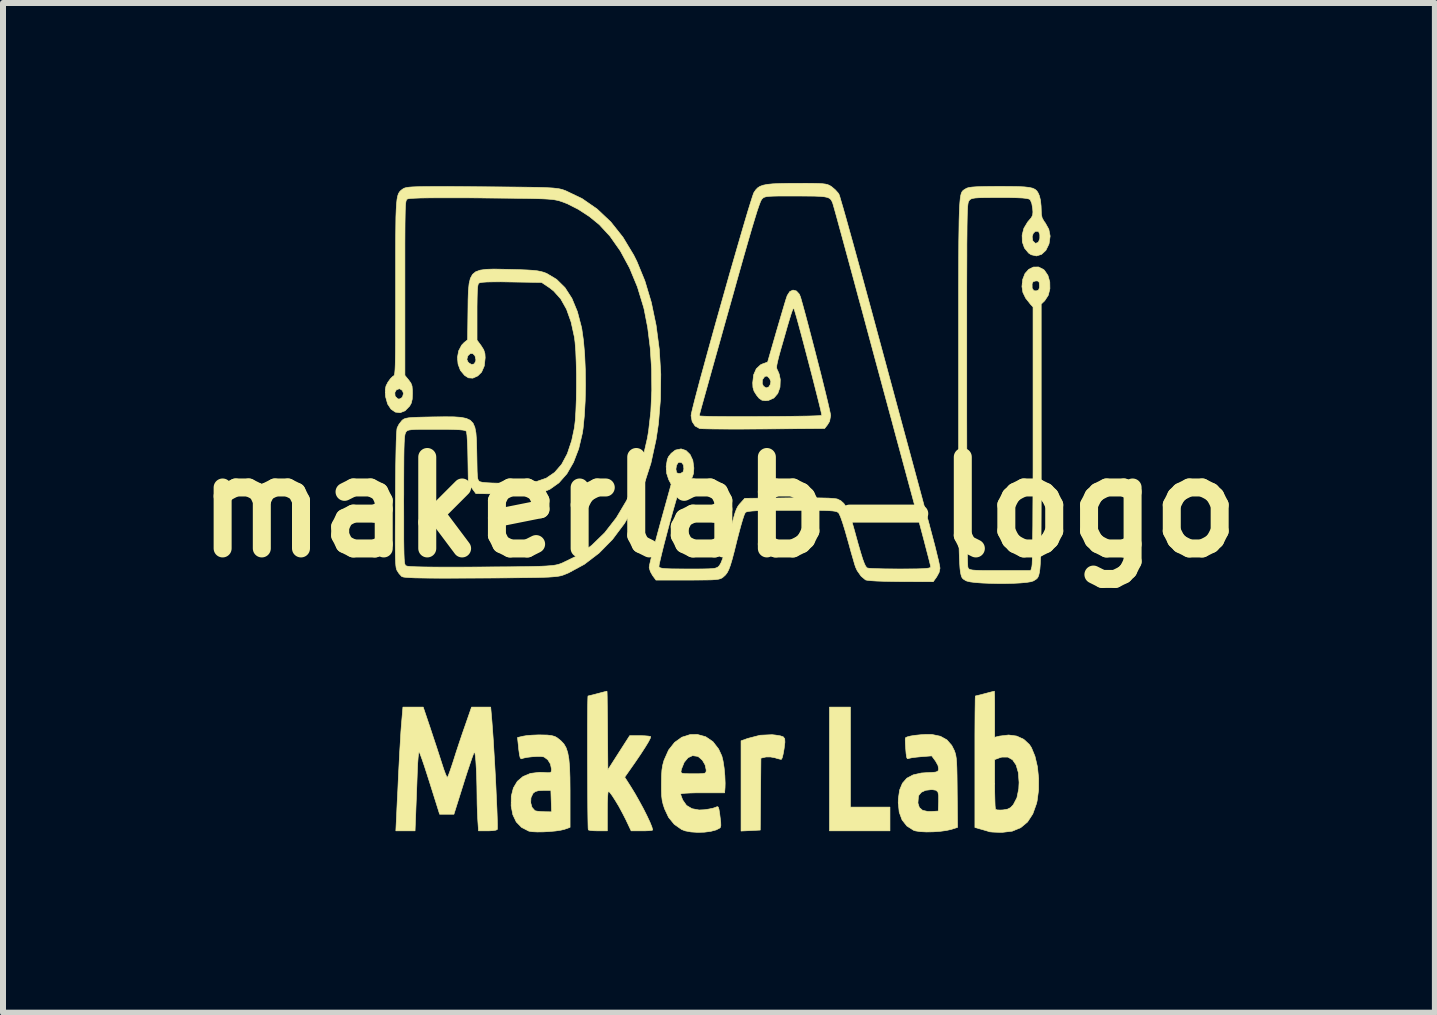
<source format=kicad_pcb>
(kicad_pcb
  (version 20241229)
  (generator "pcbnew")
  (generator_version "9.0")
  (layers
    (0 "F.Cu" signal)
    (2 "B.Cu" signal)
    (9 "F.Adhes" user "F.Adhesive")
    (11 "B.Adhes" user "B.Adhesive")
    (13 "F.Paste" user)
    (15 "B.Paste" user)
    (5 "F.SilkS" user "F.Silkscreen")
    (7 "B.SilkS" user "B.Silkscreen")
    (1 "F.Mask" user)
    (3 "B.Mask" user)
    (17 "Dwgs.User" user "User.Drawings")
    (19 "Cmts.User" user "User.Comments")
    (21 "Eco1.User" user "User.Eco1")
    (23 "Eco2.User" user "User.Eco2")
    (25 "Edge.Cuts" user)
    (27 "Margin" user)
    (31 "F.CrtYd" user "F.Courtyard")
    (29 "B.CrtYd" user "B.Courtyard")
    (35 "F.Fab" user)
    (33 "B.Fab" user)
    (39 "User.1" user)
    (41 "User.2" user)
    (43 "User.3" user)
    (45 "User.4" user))
  (footprint "makerlab-logo"
    (layer "F.Cu")
    (at 8.934 5.402)
    (property "Reference" "makerlab-logo" (at 0 0 0) (layer "F.SilkS") (effects (font (size 1.524 1.524) (thickness 0.3))))
    (attr through_hole)
    (fp_poly (pts (xy 2.191 5.001) (xy 2.85 5.001) (xy 2.85 5.397) (xy 1.842 5.397) (xy 1.842 3.334) (xy 2.191 3.334) (xy 2.191 5.001)) (stroke (width 0.01) (type solid)) (fill yes) (layer "F.SilkS"))
    (fp_poly (pts (xy 0.94 3.8) (xy 1.022 3.813) (xy 1.072 3.83) (xy 1.096 3.862) (xy 1.099 3.919) (xy 1.088 4.009) (xy 1.085 4.032) (xy 1.069 4.12) (xy 1.053 4.182) (xy 1.039 4.206) (xy 1.039 4.206) (xy 1.008 4.2) (xy 0.956 4.186) (xy 0.931 4.178) (xy 0.859 4.165) (xy 0.787 4.165) (xy 0.772 4.168) (xy 0.699 4.185) (xy 0.688 5.384) (xy 0.368 5.4) (xy 0.368 3.896) (xy 0.48 3.856) (xy 0.685 3.803) (xy 0.885 3.794) (xy 0.94 3.8)) (stroke (width 0.01) (type solid)) (fill yes) (layer "F.SilkS"))
    (fp_poly (pts (xy 4.592 3.094) (xy 4.594 3.163) (xy 4.595 3.265) (xy 4.595 3.393) (xy 4.595 3.453) (xy 4.595 3.837) (xy 4.678 3.817) (xy 4.827 3.799) (xy 4.963 3.817) (xy 5.08 3.871) (xy 5.174 3.958) (xy 5.208 4.01) (xy 5.267 4.153) (xy 5.308 4.328) (xy 5.328 4.521) (xy 5.327 4.715) (xy 5.303 4.897) (xy 5.293 4.941) (xy 5.231 5.114) (xy 5.143 5.249) (xy 5.029 5.344) (xy 4.889 5.402) (xy 4.722 5.422) (xy 4.706 5.422) (xy 4.625 5.42) (xy 4.559 5.417) (xy 4.517 5.413) (xy 4.508 5.412) (xy 4.48 5.402) (xy 4.426 5.386) (xy 4.377 5.372) (xy 4.266 5.341) (xy 4.266 4.245) (xy 4.266 4.209) (xy 4.595 4.209) (xy 4.595 4.614) (xy 4.596 4.755) (xy 4.599 4.878) (xy 4.602 4.972) (xy 4.607 5.028) (xy 4.61 5.038) (xy 4.636 5.048) (xy 4.687 5.05) (xy 4.736 5.048) (xy 4.81 5.035) (xy 4.861 5.009) (xy 4.906 4.961) (xy 4.906 4.961) (xy 4.966 4.846) (xy 4.997 4.695) (xy 5.002 4.59) (xy 4.99 4.426) (xy 4.953 4.299) (xy 4.893 4.212) (xy 4.814 4.167) (xy 4.716 4.167) (xy 4.676 4.179) (xy 4.595 4.209) (xy 4.266 4.209) (xy 4.266 4.01) (xy 4.266 3.792) (xy 4.267 3.597) (xy 4.268 3.43) (xy 4.27 3.297) (xy 4.271 3.203) (xy 4.273 3.154) (xy 4.274 3.149) (xy 4.295 3.144) (xy 4.345 3.132) (xy 4.414 3.114) (xy 4.434 3.109) (xy 4.505 3.09) (xy 4.56 3.076) (xy 4.588 3.07) (xy 4.59 3.069) (xy 4.592 3.094)) (stroke (width 0.01) (type solid)) (fill yes) (layer "F.SilkS"))
    (fp_poly (pts (xy -1.865 3.094) (xy -1.863 3.166) (xy -1.862 3.275) (xy -1.86 3.417) (xy -1.858 3.582) (xy -1.857 3.724) (xy -1.852 4.379) (xy -1.67 4.094) (xy -1.488 3.81) (xy -1.319 3.81) (xy -1.242 3.812) (xy -1.18 3.817) (xy -1.143 3.824) (xy -1.138 3.827) (xy -1.145 3.854) (xy -1.176 3.914) (xy -1.23 4.003) (xy -1.304 4.117) (xy -1.395 4.251) (xy -1.463 4.348) (xy -1.571 4.502) (xy -1.467 4.665) (xy -1.398 4.778) (xy -1.328 4.902) (xy -1.26 5.027) (xy -1.2 5.146) (xy -1.151 5.251) (xy -1.118 5.332) (xy -1.105 5.381) (xy -1.105 5.383) (xy -1.123 5.389) (xy -1.171 5.394) (xy -1.241 5.397) (xy -1.285 5.397) (xy -1.464 5.397) (xy -1.555 5.205) (xy -1.61 5.098) (xy -1.668 4.99) (xy -1.727 4.892) (xy -1.779 4.811) (xy -1.82 4.756) (xy -1.843 4.736) (xy -1.85 4.761) (xy -1.856 4.829) (xy -1.86 4.931) (xy -1.861 5.057) (xy -1.861 5.067) (xy -1.861 5.397) (xy -2.013 5.397) (xy -2.087 5.395) (xy -2.144 5.39) (xy -2.176 5.382) (xy -2.178 5.38) (xy -2.181 5.351) (xy -2.183 5.277) (xy -2.185 5.163) (xy -2.187 5.017) (xy -2.188 4.845) (xy -2.189 4.654) (xy -2.19 4.45) (xy -2.191 4.24) (xy -2.191 4.031) (xy -2.191 3.83) (xy -2.191 3.643) (xy -2.19 3.476) (xy -2.189 3.337) (xy -2.187 3.231) (xy -2.185 3.167) (xy -2.183 3.149) (xy -2.162 3.144) (xy -2.112 3.132) (xy -2.043 3.114) (xy -2.023 3.109) (xy -1.952 3.09) (xy -1.897 3.076) (xy -1.869 3.07) (xy -1.867 3.069) (xy -1.865 3.094)) (stroke (width 0.01) (type solid)) (fill yes) (layer "F.SilkS"))
    (fp_poly (pts (xy -2.863 3.8) (xy -2.789 3.809) (xy -2.735 3.824) (xy -2.695 3.847) (xy -2.634 3.896) (xy -2.585 3.948) (xy -2.548 4.012) (xy -2.521 4.093) (xy -2.502 4.197) (xy -2.49 4.333) (xy -2.484 4.505) (xy -2.482 4.722) (xy -2.482 4.804) (xy -2.482 5.338) (xy -2.574 5.371) (xy -2.637 5.386) (xy -2.724 5.399) (xy -2.825 5.408) (xy -2.931 5.414) (xy -3.03 5.415) (xy -3.112 5.411) (xy -3.167 5.402) (xy -3.17 5.401) (xy -3.291 5.339) (xy -3.379 5.248) (xy -3.436 5.128) (xy -3.464 4.982) (xy -3.463 4.928) (xy -3.138 4.928) (xy -3.117 5.004) (xy -3.071 5.057) (xy -3.064 5.062) (xy -3.03 5.069) (xy -2.971 5.075) (xy -2.912 5.078) (xy -2.79 5.08) (xy -2.802 4.723) (xy -2.931 4.723) (xy -3.01 4.727) (xy -3.062 4.742) (xy -3.098 4.77) (xy -3.1 4.773) (xy -3.134 4.845) (xy -3.138 4.928) (xy -3.463 4.928) (xy -3.462 4.819) (xy -3.427 4.682) (xy -3.361 4.571) (xy -3.265 4.49) (xy -3.142 4.439) (xy -2.993 4.421) (xy -2.925 4.423) (xy -2.855 4.428) (xy -2.815 4.426) (xy -2.797 4.413) (xy -2.792 4.385) (xy -2.792 4.365) (xy -2.809 4.283) (xy -2.854 4.211) (xy -2.915 4.166) (xy -2.92 4.164) (xy -2.966 4.157) (xy -3.036 4.157) (xy -3.116 4.162) (xy -3.193 4.171) (xy -3.254 4.183) (xy -3.279 4.192) (xy -3.298 4.196) (xy -3.313 4.179) (xy -3.325 4.13) (xy -3.337 4.043) (xy -3.345 3.964) (xy -3.358 3.841) (xy -3.264 3.819) (xy -3.204 3.809) (xy -3.118 3.802) (xy -3.021 3.798) (xy -2.967 3.798) (xy -2.863 3.8)) (stroke (width 0.01) (type solid)) (fill yes) (layer "F.SilkS"))
    (fp_poly (pts (xy 3.528 3.79) (xy 3.553 3.791) (xy 3.691 3.82) (xy 3.799 3.88) (xy 3.88 3.973) (xy 3.922 4.056) (xy 3.936 4.095) (xy 3.947 4.137) (xy 3.955 4.187) (xy 3.961 4.255) (xy 3.965 4.348) (xy 3.968 4.474) (xy 3.97 4.641) (xy 3.971 4.753) (xy 3.977 5.339) (xy 3.874 5.372) (xy 3.79 5.391) (xy 3.685 5.405) (xy 3.571 5.413) (xy 3.459 5.415) (xy 3.357 5.41) (xy 3.278 5.398) (xy 3.245 5.388) (xy 3.132 5.316) (xy 3.052 5.215) (xy 3.004 5.084) (xy 2.989 4.933) (xy 3.316 4.933) (xy 3.34 5.008) (xy 3.394 5.055) (xy 3.482 5.074) (xy 3.539 5.074) (xy 3.655 5.067) (xy 3.661 4.91) (xy 3.661 4.809) (xy 3.649 4.749) (xy 3.617 4.72) (xy 3.558 4.71) (xy 3.537 4.71) (xy 3.444 4.721) (xy 3.373 4.754) (xy 3.331 4.805) (xy 3.324 4.829) (xy 3.316 4.933) (xy 2.989 4.933) (xy 2.988 4.924) (xy 2.99 4.86) (xy 3.011 4.716) (xy 3.058 4.603) (xy 3.132 4.519) (xy 3.236 4.464) (xy 3.371 4.433) (xy 3.461 4.427) (xy 3.55 4.423) (xy 3.607 4.418) (xy 3.639 4.408) (xy 3.655 4.392) (xy 3.661 4.367) (xy 3.661 4.367) (xy 3.651 4.308) (xy 3.612 4.237) (xy 3.607 4.23) (xy 3.546 4.147) (xy 3.368 4.161) (xy 3.285 4.169) (xy 3.215 4.178) (xy 3.169 4.188) (xy 3.158 4.192) (xy 3.14 4.194) (xy 3.128 4.169) (xy 3.119 4.108) (xy 3.113 4.034) (xy 3.107 3.944) (xy 3.105 3.876) (xy 3.108 3.846) (xy 3.137 3.831) (xy 3.195 3.816) (xy 3.273 3.804) (xy 3.361 3.795) (xy 3.449 3.79) (xy 3.528 3.79)) (stroke (width 0.01) (type solid)) (fill yes) (layer "F.SilkS"))
    (fp_poly (pts (xy -0.22 3.829) (xy -0.101 3.91) (xy -0.006 4.033) (xy 0.048 4.15) (xy 0.068 4.232) (xy 0.086 4.348) (xy 0.098 4.478) (xy 0.103 4.602) (xy 0.101 4.677) (xy 0.094 4.763) (xy -0.273 4.763) (xy -0.387 4.763) (xy -0.487 4.766) (xy -0.566 4.77) (xy -0.619 4.776) (xy -0.64 4.782) (xy -0.64 4.782) (xy -0.63 4.816) (xy -0.608 4.874) (xy -0.603 4.885) (xy -0.541 4.973) (xy -0.45 5.027) (xy -0.332 5.049) (xy -0.244 5.045) (xy -0.167 5.033) (xy -0.099 5.019) (xy -0.055 5.004) (xy -0.054 5.003) (xy -0.028 4.993) (xy -0.012 5.001) (xy 0.000023 5.038) (xy 0.012 5.113) (xy 0.017 5.153) (xy 0.029 5.25) (xy 0.031 5.308) (xy 0.023 5.339) (xy 0.016 5.348) (xy -0.046 5.381) (xy -0.136 5.405) (xy -0.243 5.419) (xy -0.357 5.422) (xy -0.467 5.415) (xy -0.563 5.397) (xy -0.623 5.374) (xy -0.746 5.287) (xy -0.84 5.172) (xy -0.906 5.031) (xy -0.931 4.955) (xy -0.947 4.887) (xy -0.956 4.81) (xy -0.959 4.708) (xy -0.959 4.617) (xy -0.957 4.481) (xy -0.953 4.411) (xy -0.634 4.411) (xy -0.629 4.428) (xy -0.61 4.438) (xy -0.569 4.443) (xy -0.5 4.445) (xy -0.428 4.445) (xy -0.334 4.445) (xy -0.273 4.442) (xy -0.237 4.436) (xy -0.219 4.423) (xy -0.214 4.403) (xy -0.213 4.382) (xy -0.231 4.298) (xy -0.276 4.22) (xy -0.341 4.163) (xy -0.357 4.155) (xy -0.44 4.143) (xy -0.516 4.178) (xy -0.58 4.255) (xy -0.625 4.367) (xy -0.629 4.385) (xy -0.634 4.411) (xy -0.953 4.411) (xy -0.951 4.382) (xy -0.938 4.301) (xy -0.917 4.224) (xy -0.913 4.214) (xy -0.84 4.05) (xy -0.74 3.923) (xy -0.619 3.836) (xy -0.481 3.792) (xy -0.36 3.79) (xy -0.22 3.829)) (stroke (width 0.01) (type solid)) (fill yes) (layer "F.SilkS"))
    (fp_poly (pts (xy -4.812 3.684) (xy -4.762 3.836) (xy -4.709 3.995) (xy -4.661 4.143) (xy -4.622 4.264) (xy -4.619 4.273) (xy -4.586 4.374) (xy -4.557 4.452) (xy -4.536 4.498) (xy -4.528 4.506) (xy -4.514 4.481) (xy -4.49 4.418) (xy -4.458 4.325) (xy -4.426 4.228) (xy -4.382 4.089) (xy -4.328 3.925) (xy -4.272 3.759) (xy -4.232 3.645) (xy -4.124 3.334) (xy -3.805 3.334) (xy -3.794 3.459) (xy -3.784 3.576) (xy -3.773 3.724) (xy -3.761 3.896) (xy -3.75 4.085) (xy -3.738 4.284) (xy -3.727 4.486) (xy -3.717 4.683) (xy -3.709 4.869) (xy -3.701 5.036) (xy -3.696 5.178) (xy -3.693 5.286) (xy -3.693 5.354) (xy -3.695 5.374) (xy -3.718 5.385) (xy -3.77 5.393) (xy -3.84 5.397) (xy -3.857 5.397) (xy -4.008 5.397) (xy -4.02 5.219) (xy -4.026 5.101) (xy -4.031 4.96) (xy -4.033 4.824) (xy -4.033 4.815) (xy -4.035 4.658) (xy -4.039 4.503) (xy -4.045 4.361) (xy -4.052 4.239) (xy -4.061 4.146) (xy -4.07 4.092) (xy -4.076 4.081) (xy -4.089 4.107) (xy -4.114 4.174) (xy -4.149 4.276) (xy -4.192 4.404) (xy -4.24 4.553) (xy -4.256 4.605) (xy -4.418 5.12) (xy -4.656 5.12) (xy -4.818 4.605) (xy -4.867 4.451) (xy -4.911 4.315) (xy -4.949 4.204) (xy -4.978 4.125) (xy -4.995 4.084) (xy -4.998 4.081) (xy -5.006 4.103) (xy -5.014 4.17) (xy -5.022 4.274) (xy -5.028 4.408) (xy -5.029 4.437) (xy -5.035 4.607) (xy -5.042 4.791) (xy -5.049 4.967) (xy -5.054 5.1) (xy -5.066 5.397) (xy -5.386 5.397) (xy -5.378 5.232) (xy -5.374 5.156) (xy -5.369 5.038) (xy -5.362 4.888) (xy -5.353 4.717) (xy -5.345 4.535) (xy -5.342 4.471) (xy -5.332 4.279) (xy -5.322 4.085) (xy -5.311 3.903) (xy -5.302 3.746) (xy -5.293 3.626) (xy -5.291 3.605) (xy -5.268 3.334) (xy -4.93 3.334) (xy -4.812 3.684)) (stroke (width 0.01) (type solid)) (fill yes) (layer "F.SilkS"))
    (fp_poly (pts (xy 4.851 -5.344) (xy 4.986 -5.342) (xy 5.091 -5.337) (xy 5.17 -5.328) (xy 5.228 -5.315) (xy 5.27 -5.295) (xy 5.299 -5.269) (xy 5.321 -5.234) (xy 5.34 -5.19) (xy 5.341 -5.187) (xy 5.359 -5.114) (xy 5.369 -5.018) (xy 5.371 -4.967) (xy 5.374 -4.879) (xy 5.387 -4.819) (xy 5.418 -4.764) (xy 5.439 -4.736) (xy 5.498 -4.63) (xy 5.52 -4.517) (xy 5.503 -4.397) (xy 5.5 -4.384) (xy 5.449 -4.279) (xy 5.377 -4.212) (xy 5.292 -4.186) (xy 5.204 -4.206) (xy 5.161 -4.234) (xy 5.092 -4.318) (xy 5.056 -4.42) (xy 5.054 -4.506) (xy 5.22 -4.506) (xy 5.229 -4.445) (xy 5.236 -4.431) (xy 5.276 -4.395) (xy 5.318 -4.411) (xy 5.328 -4.424) (xy 5.348 -4.478) (xy 5.348 -4.541) (xy 5.329 -4.588) (xy 5.32 -4.596) (xy 5.274 -4.597) (xy 5.238 -4.562) (xy 5.22 -4.506) (xy 5.054 -4.506) (xy 5.053 -4.533) (xy 5.082 -4.646) (xy 5.144 -4.75) (xy 5.16 -4.769) (xy 5.206 -4.823) (xy 5.228 -4.866) (xy 5.233 -4.918) (xy 5.229 -4.973) (xy 5.214 -5.062) (xy 5.189 -5.12) (xy 5.185 -5.125) (xy 5.163 -5.136) (xy 5.122 -5.145) (xy 5.058 -5.152) (xy 4.967 -5.156) (xy 4.845 -5.159) (xy 4.688 -5.159) (xy 4.679 -5.159) (xy 4.531 -5.159) (xy 4.417 -5.158) (xy 4.332 -5.156) (xy 4.271 -5.152) (xy 4.23 -5.145) (xy 4.202 -5.136) (xy 4.183 -5.124) (xy 4.169 -5.107) (xy 4.169 -5.106) (xy 4.163 -5.098) (xy 4.157 -5.086) (xy 4.153 -5.069) (xy 4.149 -5.043) (xy 4.145 -5.006) (xy 4.142 -4.955) (xy 4.139 -4.887) (xy 4.137 -4.798) (xy 4.135 -4.687) (xy 4.134 -4.549) (xy 4.132 -4.382) (xy 4.132 -4.184) (xy 4.131 -3.951) (xy 4.13 -3.681) (xy 4.13 -3.37) (xy 4.13 -3.015) (xy 4.13 -2.614) (xy 4.13 -2.164) (xy 4.13 -2.049) (xy 4.13 -1.511) (xy 4.131 -1.027) (xy 4.131 -0.595) (xy 4.133 -0.214) (xy 4.134 0.114) (xy 4.136 0.39) (xy 4.138 0.616) (xy 4.141 0.79) (xy 4.144 0.913) (xy 4.147 0.986) (xy 4.15 1.007) (xy 4.158 1.023) (xy 4.171 1.035) (xy 4.193 1.043) (xy 4.23 1.05) (xy 4.286 1.054) (xy 4.365 1.057) (xy 4.471 1.058) (xy 4.61 1.058) (xy 4.684 1.058) (xy 5.197 1.058) (xy 5.216 0.99) (xy 5.22 0.951) (xy 5.223 0.861) (xy 5.226 0.722) (xy 5.228 0.537) (xy 5.231 0.308) (xy 5.232 0.037) (xy 5.234 -0.275) (xy 5.235 -0.623) (xy 5.235 -1.008) (xy 5.235 -1.206) (xy 5.235 -3.334) (xy 5.193 -3.38) (xy 5.112 -3.482) (xy 5.066 -3.577) (xy 5.05 -3.677) (xy 5.055 -3.722) (xy 5.219 -3.722) (xy 5.22 -3.647) (xy 5.249 -3.607) (xy 5.288 -3.603) (xy 5.327 -3.618) (xy 5.341 -3.657) (xy 5.342 -3.691) (xy 5.337 -3.747) (xy 5.314 -3.768) (xy 5.284 -3.77) (xy 5.237 -3.758) (xy 5.219 -3.722) (xy 5.055 -3.722) (xy 5.062 -3.79) (xy 5.062 -3.793) (xy 5.101 -3.893) (xy 5.164 -3.963) (xy 5.242 -4.001) (xy 5.327 -4.002) (xy 5.408 -3.961) (xy 5.424 -3.948) (xy 5.483 -3.861) (xy 5.514 -3.753) (xy 5.516 -3.639) (xy 5.489 -3.531) (xy 5.432 -3.443) (xy 5.428 -3.438) (xy 5.371 -3.383) (xy 5.371 -1.173) (xy 5.371 -0.77) (xy 5.371 -0.416) (xy 5.371 -0.108) (xy 5.37 0.157) (xy 5.369 0.382) (xy 5.367 0.571) (xy 5.364 0.728) (xy 5.36 0.855) (xy 5.355 0.956) (xy 5.349 1.034) (xy 5.34 1.093) (xy 5.33 1.136) (xy 5.318 1.166) (xy 5.304 1.187) (xy 5.287 1.202) (xy 5.268 1.214) (xy 5.246 1.228) (xy 5.243 1.23) (xy 5.2 1.244) (xy 5.125 1.256) (xy 5.025 1.265) (xy 4.907 1.271) (xy 4.777 1.274) (xy 4.642 1.274) (xy 4.509 1.271) (xy 4.385 1.266) (xy 4.276 1.258) (xy 4.188 1.247) (xy 4.13 1.233) (xy 4.114 1.226) (xy 4.096 1.215) (xy 4.08 1.205) (xy 4.066 1.194) (xy 4.053 1.179) (xy 4.042 1.156) (xy 4.033 1.124) (xy 4.024 1.079) (xy 4.017 1.018) (xy 4.012 0.939) (xy 4.007 0.839) (xy 4.003 0.715) (xy 4 0.564) (xy 3.998 0.383) (xy 3.996 0.169) (xy 3.995 -0.08) (xy 3.994 -0.367) (xy 3.994 -0.696) (xy 3.994 -1.068) (xy 3.994 -1.487) (xy 3.994 -1.956) (xy 3.994 -2.037) (xy 3.994 -2.515) (xy 3.994 -2.942) (xy 3.994 -3.322) (xy 3.994 -3.657) (xy 3.995 -3.951) (xy 3.996 -4.207) (xy 3.997 -4.426) (xy 4 -4.612) (xy 4.002 -4.768) (xy 4.006 -4.897) (xy 4.01 -5.001) (xy 4.016 -5.084) (xy 4.022 -5.148) (xy 4.03 -5.195) (xy 4.039 -5.23) (xy 4.05 -5.254) (xy 4.062 -5.27) (xy 4.075 -5.282) (xy 4.091 -5.292) (xy 4.108 -5.303) (xy 4.11 -5.304) (xy 4.134 -5.317) (xy 4.169 -5.327) (xy 4.221 -5.334) (xy 4.292 -5.339) (xy 4.389 -5.342) (xy 4.515 -5.344) (xy 4.676 -5.345) (xy 4.683 -5.345) (xy 4.851 -5.344)) (stroke (width 0.01) (type solid)) (fill yes) (layer "F.SilkS"))
    (fp_poly (pts (xy -4.552 -5.343) (xy -4.358 -5.342) (xy -4.129 -5.34) (xy -3.955 -5.339) (xy -3.704 -5.337) (xy -3.488 -5.335) (xy -3.305 -5.333) (xy -3.151 -5.331) (xy -3.023 -5.329) (xy -2.918 -5.326) (xy -2.834 -5.322) (xy -2.766 -5.318) (xy -2.712 -5.312) (xy -2.668 -5.306) (xy -2.632 -5.298) (xy -2.6 -5.289) (xy -2.57 -5.278) (xy -2.556 -5.273) (xy -2.282 -5.142) (xy -2.031 -4.968) (xy -1.803 -4.753) (xy -1.6 -4.497) (xy -1.421 -4.2) (xy -1.368 -4.094) (xy -1.235 -3.77) (xy -1.128 -3.413) (xy -1.048 -3.03) (xy -0.995 -2.629) (xy -0.97 -2.217) (xy -0.975 -1.802) (xy -1.009 -1.389) (xy -1.048 -1.128) (xy -1.134 -0.733) (xy -1.252 -0.367) (xy -1.399 -0.032) (xy -1.574 0.271) (xy -1.774 0.538) (xy -1.998 0.766) (xy -2.244 0.954) (xy -2.51 1.098) (xy -2.579 1.126) (xy -2.606 1.136) (xy -2.637 1.145) (xy -2.673 1.152) (xy -2.717 1.158) (xy -2.774 1.163) (xy -2.846 1.168) (xy -2.935 1.171) (xy -3.045 1.174) (xy -3.18 1.176) (xy -3.342 1.178) (xy -3.533 1.18) (xy -3.758 1.182) (xy -3.975 1.183) (xy -4.24 1.184) (xy -4.469 1.185) (xy -4.663 1.185) (xy -4.827 1.184) (xy -4.961 1.182) (xy -5.069 1.18) (xy -5.152 1.176) (xy -5.213 1.172) (xy -5.256 1.167) (xy -5.281 1.16) (xy -5.289 1.156) (xy -5.333 1.108) (xy -5.366 1.057) (xy -5.374 1.038) (xy -5.381 1.012) (xy -5.386 0.974) (xy -5.39 0.919) (xy -5.393 0.843) (xy -5.395 0.74) (xy -5.396 0.606) (xy -5.396 0.435) (xy -5.395 0.222) (xy -5.394 -0.037) (xy -5.393 -0.132) (xy -5.391 -0.448) (xy -5.388 -0.713) (xy -5.384 -0.928) (xy -5.38 -1.094) (xy -5.375 -1.215) (xy -5.369 -1.291) (xy -5.364 -1.321) (xy -5.333 -1.381) (xy -5.288 -1.439) (xy -5.287 -1.44) (xy -5.268 -1.457) (xy -5.246 -1.47) (xy -5.215 -1.48) (xy -5.171 -1.488) (xy -5.109 -1.493) (xy -5.023 -1.497) (xy -4.909 -1.5) (xy -4.762 -1.503) (xy -4.753 -1.503) (xy -4.569 -1.505) (xy -4.42 -1.504) (xy -4.302 -1.496) (xy -4.212 -1.478) (xy -4.146 -1.447) (xy -4.099 -1.398) (xy -4.069 -1.329) (xy -4.051 -1.237) (xy -4.042 -1.117) (xy -4.038 -0.968) (xy -4.036 -0.87) (xy -4.033 -0.712) (xy -4.031 -0.598) (xy -4.027 -0.522) (xy -4.021 -0.474) (xy -4.011 -0.446) (xy -3.998 -0.431) (xy -3.982 -0.422) (xy -3.944 -0.413) (xy -3.875 -0.406) (xy -3.781 -0.401) (xy -3.67 -0.398) (xy -3.55 -0.398) (xy -3.426 -0.399) (xy -3.306 -0.403) (xy -3.198 -0.408) (xy -3.109 -0.415) (xy -3.046 -0.425) (xy -3.044 -0.425) (xy -2.879 -0.482) (xy -2.739 -0.578) (xy -2.622 -0.713) (xy -2.528 -0.889) (xy -2.455 -1.108) (xy -2.409 -1.325) (xy -2.395 -1.446) (xy -2.385 -1.607) (xy -2.378 -1.796) (xy -2.375 -2.002) (xy -2.375 -2.212) (xy -2.38 -2.415) (xy -2.387 -2.597) (xy -2.399 -2.748) (xy -2.409 -2.829) (xy -2.465 -3.085) (xy -2.541 -3.298) (xy -2.637 -3.469) (xy -2.756 -3.602) (xy -2.828 -3.658) (xy -2.956 -3.744) (xy -3.466 -3.752) (xy -3.635 -3.755) (xy -3.768 -3.754) (xy -3.868 -3.752) (xy -3.939 -3.747) (xy -3.984 -3.74) (xy -4.005 -3.73) (xy -4.005 -3.729) (xy -4.016 -3.707) (xy -4.023 -3.664) (xy -4.028 -3.592) (xy -4.031 -3.486) (xy -4.033 -3.336) (xy -4.033 -3.241) (xy -4.033 -2.783) (xy -3.965 -2.691) (xy -3.921 -2.621) (xy -3.901 -2.557) (xy -3.897 -2.488) (xy -3.912 -2.352) (xy -3.957 -2.249) (xy -4.021 -2.186) (xy -4.103 -2.149) (xy -4.176 -2.154) (xy -4.24 -2.195) (xy -4.31 -2.279) (xy -4.349 -2.383) (xy -4.356 -2.461) (xy -4.202 -2.461) (xy -4.186 -2.423) (xy -4.169 -2.403) (xy -4.123 -2.376) (xy -4.081 -2.386) (xy -4.055 -2.43) (xy -4.052 -2.456) (xy -4.067 -2.522) (xy -4.102 -2.558) (xy -4.145 -2.56) (xy -4.183 -2.524) (xy -4.19 -2.509) (xy -4.202 -2.461) (xy -4.356 -2.461) (xy -4.359 -2.495) (xy -4.339 -2.604) (xy -4.289 -2.699) (xy -4.248 -2.742) (xy -4.19 -2.788) (xy -4.184 -3.271) (xy -4.182 -3.455) (xy -4.177 -3.605) (xy -4.165 -3.723) (xy -4.144 -3.812) (xy -4.108 -3.878) (xy -4.055 -3.922) (xy -3.981 -3.949) (xy -3.881 -3.963) (xy -3.753 -3.967) (xy -3.592 -3.964) (xy -3.471 -3.961) (xy -3.317 -3.957) (xy -3.195 -3.952) (xy -3.101 -3.946) (xy -3.028 -3.938) (xy -2.971 -3.927) (xy -2.923 -3.914) (xy -2.878 -3.897) (xy -2.871 -3.894) (xy -2.707 -3.796) (xy -2.567 -3.658) (xy -2.451 -3.478) (xy -2.36 -3.258) (xy -2.291 -2.995) (xy -2.286 -2.968) (xy -2.259 -2.777) (xy -2.239 -2.548) (xy -2.228 -2.295) (xy -2.225 -2.031) (xy -2.23 -1.77) (xy -2.244 -1.525) (xy -2.265 -1.311) (xy -2.277 -1.232) (xy -2.338 -0.972) (xy -2.425 -0.746) (xy -2.535 -0.555) (xy -2.668 -0.404) (xy -2.82 -0.296) (xy -2.971 -0.237) (xy -3.026 -0.229) (xy -3.114 -0.222) (xy -3.228 -0.218) (xy -3.363 -0.216) (xy -3.514 -0.216) (xy -3.567 -0.217) (xy -4.052 -0.225) (xy -4.115 -0.311) (xy -4.178 -0.398) (xy -4.185 -0.814) (xy -4.188 -0.966) (xy -4.194 -1.096) (xy -4.2 -1.195) (xy -4.208 -1.253) (xy -4.211 -1.263) (xy -4.228 -1.274) (xy -4.265 -1.283) (xy -4.327 -1.289) (xy -4.416 -1.293) (xy -4.536 -1.296) (xy -4.692 -1.296) (xy -4.713 -1.296) (xy -4.862 -1.296) (xy -4.976 -1.296) (xy -5.062 -1.294) (xy -5.123 -1.29) (xy -5.165 -1.284) (xy -5.191 -1.276) (xy -5.208 -1.264) (xy -5.219 -1.248) (xy -5.224 -1.238) (xy -5.232 -1.217) (xy -5.238 -1.185) (xy -5.243 -1.135) (xy -5.247 -1.064) (xy -5.25 -0.967) (xy -5.252 -0.837) (xy -5.253 -0.672) (xy -5.254 -0.465) (xy -5.254 -0.211) (xy -5.255 -0.114) (xy -5.254 0.151) (xy -5.254 0.368) (xy -5.254 0.543) (xy -5.252 0.679) (xy -5.25 0.782) (xy -5.247 0.857) (xy -5.243 0.908) (xy -5.238 0.942) (xy -5.231 0.962) (xy -5.223 0.973) (xy -5.215 0.979) (xy -5.191 0.986) (xy -5.136 0.991) (xy -5.05 0.995) (xy -4.931 0.998) (xy -4.778 1) (xy -4.591 1.001) (xy -4.367 1.001) (xy -4.107 1) (xy -3.969 0.999) (xy -3.723 0.997) (xy -3.511 0.996) (xy -3.333 0.994) (xy -3.183 0.992) (xy -3.059 0.989) (xy -2.958 0.986) (xy -2.877 0.982) (xy -2.812 0.977) (xy -2.76 0.972) (xy -2.718 0.965) (xy -2.683 0.957) (xy -2.651 0.947) (xy -2.62 0.935) (xy -2.614 0.933) (xy -2.359 0.809) (xy -2.122 0.639) (xy -1.905 0.428) (xy -1.71 0.177) (xy -1.54 -0.109) (xy -1.395 -0.427) (xy -1.279 -0.775) (xy -1.193 -1.15) (xy -1.173 -1.27) (xy -1.136 -1.594) (xy -1.12 -1.941) (xy -1.123 -2.299) (xy -1.146 -2.653) (xy -1.188 -2.99) (xy -1.247 -3.295) (xy -1.257 -3.334) (xy -1.36 -3.671) (xy -1.49 -3.985) (xy -1.643 -4.268) (xy -1.816 -4.514) (xy -1.995 -4.708) (xy -2.159 -4.842) (xy -2.343 -4.962) (xy -2.528 -5.056) (xy -2.6 -5.084) (xy -2.635 -5.096) (xy -2.669 -5.107) (xy -2.705 -5.115) (xy -2.747 -5.123) (xy -2.798 -5.129) (xy -2.862 -5.134) (xy -2.941 -5.138) (xy -3.039 -5.141) (xy -3.159 -5.144) (xy -3.304 -5.146) (xy -3.478 -5.148) (xy -3.684 -5.15) (xy -3.924 -5.152) (xy -3.959 -5.153) (xy -4.234 -5.155) (xy -4.471 -5.155) (xy -4.672 -5.155) (xy -4.839 -5.154) (xy -4.972 -5.152) (xy -5.073 -5.148) (xy -5.143 -5.144) (xy -5.184 -5.138) (xy -5.195 -5.134) (xy -5.204 -5.126) (xy -5.211 -5.115) (xy -5.217 -5.097) (xy -5.222 -5.066) (xy -5.226 -5.018) (xy -5.229 -4.95) (xy -5.231 -4.858) (xy -5.233 -4.736) (xy -5.234 -4.582) (xy -5.235 -4.39) (xy -5.235 -4.156) (xy -5.235 -3.877) (xy -5.235 -3.65) (xy -5.235 -2.195) (xy -5.172 -2.118) (xy -5.135 -2.067) (xy -5.116 -2.017) (xy -5.11 -1.947) (xy -5.109 -1.896) (xy -5.113 -1.799) (xy -5.128 -1.734) (xy -5.156 -1.683) (xy -5.232 -1.605) (xy -5.314 -1.573) (xy -5.395 -1.583) (xy -5.467 -1.633) (xy -5.523 -1.718) (xy -5.556 -1.836) (xy -5.56 -1.872) (xy -5.561 -1.909) (xy -5.403 -1.909) (xy -5.399 -1.855) (xy -5.392 -1.841) (xy -5.355 -1.806) (xy -5.332 -1.799) (xy -5.292 -1.818) (xy -5.273 -1.841) (xy -5.259 -1.895) (xy -5.277 -1.943) (xy -5.318 -1.97) (xy -5.332 -1.971) (xy -5.378 -1.953) (xy -5.403 -1.909) (xy -5.561 -1.909) (xy -5.562 -1.959) (xy -5.55 -2.019) (xy -5.519 -2.08) (xy -5.517 -2.083) (xy -5.475 -2.141) (xy -5.436 -2.179) (xy -5.428 -2.183) (xy -5.42 -2.188) (xy -5.413 -2.198) (xy -5.407 -2.217) (xy -5.403 -2.249) (xy -5.399 -2.298) (xy -5.396 -2.37) (xy -5.394 -2.467) (xy -5.392 -2.594) (xy -5.391 -2.755) (xy -5.391 -2.954) (xy -5.39 -3.196) (xy -5.39 -3.485) (xy -5.39 -3.642) (xy -5.39 -3.97) (xy -5.39 -4.249) (xy -5.389 -4.483) (xy -5.387 -4.676) (xy -5.385 -4.834) (xy -5.38 -4.959) (xy -5.374 -5.057) (xy -5.366 -5.131) (xy -5.355 -5.186) (xy -5.342 -5.225) (xy -5.325 -5.253) (xy -5.306 -5.274) (xy -5.282 -5.293) (xy -5.268 -5.303) (xy -5.253 -5.312) (xy -5.233 -5.32) (xy -5.206 -5.326) (xy -5.168 -5.332) (xy -5.116 -5.336) (xy -5.048 -5.339) (xy -4.96 -5.341) (xy -4.85 -5.342) (xy -4.715 -5.343) (xy -4.552 -5.343)) (stroke (width 0.01) (type solid)) (fill yes) (layer "F.SilkS"))
    (fp_poly (pts (xy 1.564 -5.396) (xy 1.655 -5.394) (xy 1.723 -5.39) (xy 1.773 -5.384) (xy 1.811 -5.375) (xy 1.84 -5.363) (xy 1.867 -5.347) (xy 1.88 -5.338) (xy 1.939 -5.288) (xy 1.988 -5.233) (xy 2.001 -5.212) (xy 2.013 -5.178) (xy 2.036 -5.098) (xy 2.072 -4.976) (xy 2.118 -4.814) (xy 2.173 -4.616) (xy 2.237 -4.387) (xy 2.308 -4.128) (xy 2.386 -3.845) (xy 2.469 -3.539) (xy 2.557 -3.216) (xy 2.648 -2.878) (xy 2.686 -2.738) (xy 2.783 -2.38) (xy 2.879 -2.024) (xy 2.973 -1.675) (xy 3.064 -1.338) (xy 3.151 -1.017) (xy 3.232 -0.718) (xy 3.306 -0.444) (xy 3.372 -0.2) (xy 3.428 0.008) (xy 3.474 0.176) (xy 3.508 0.3) (xy 3.51 0.31) (xy 3.557 0.487) (xy 3.6 0.65) (xy 3.635 0.793) (xy 3.663 0.907) (xy 3.679 0.986) (xy 3.684 1.02) (xy 3.669 1.09) (xy 3.628 1.165) (xy 3.627 1.166) (xy 3.571 1.244) (xy 3.031 1.242) (xy 2.879 1.24) (xy 2.741 1.237) (xy 2.624 1.233) (xy 2.532 1.227) (xy 2.469 1.22) (xy 2.443 1.214) (xy 2.369 1.152) (xy 2.304 1.06) (xy 2.278 1.004) (xy 2.262 0.957) (xy 2.237 0.87) (xy 2.203 0.754) (xy 2.166 0.619) (xy 2.144 0.541) (xy 2.1 0.387) (xy 2.06 0.258) (xy 2.026 0.162) (xy 2 0.106) (xy 1.995 0.099) (xy 1.982 0.087) (xy 1.963 0.078) (xy 1.935 0.07) (xy 1.893 0.064) (xy 1.835 0.06) (xy 1.755 0.057) (xy 1.651 0.055) (xy 1.518 0.054) (xy 1.354 0.054) (xy 1.215 0.054) (xy 1.017 0.054) (xy 0.856 0.056) (xy 0.726 0.058) (xy 0.625 0.061) (xy 0.55 0.066) (xy 0.497 0.072) (xy 0.462 0.079) (xy 0.443 0.088) (xy 0.44 0.09) (xy 0.422 0.127) (xy 0.395 0.207) (xy 0.362 0.32) (xy 0.325 0.459) (xy 0.3 0.556) (xy 0.256 0.735) (xy 0.22 0.871) (xy 0.19 0.971) (xy 0.163 1.043) (xy 0.137 1.094) (xy 0.108 1.132) (xy 0.073 1.164) (xy 0.072 1.165) (xy 0.051 1.181) (xy 0.026 1.193) (xy -0.007 1.202) (xy -0.053 1.208) (xy -0.117 1.213) (xy -0.204 1.215) (xy -0.318 1.216) (xy -0.465 1.217) (xy -0.52 1.217) (xy -1.05 1.217) (xy -1.107 1.14) (xy -1.143 1.076) (xy -1.162 1.014) (xy -1.163 1.001) (xy -1.156 0.96) (xy -1.137 0.878) (xy -1.108 0.76) (xy -1.07 0.614) (xy -1.026 0.449) (xy -0.98 0.28) (xy -0.797 -0.38) (xy -0.838 -0.458) (xy -0.872 -0.562) (xy -0.877 -0.632) (xy -0.718 -0.632) (xy -0.707 -0.578) (xy -0.704 -0.572) (xy -0.676 -0.56) (xy -0.641 -0.561) (xy -0.599 -0.585) (xy -0.585 -0.634) (xy -0.592 -0.701) (xy -0.623 -0.742) (xy -0.667 -0.747) (xy -0.681 -0.739) (xy -0.708 -0.695) (xy -0.718 -0.632) (xy -0.877 -0.632) (xy -0.88 -0.68) (xy -0.861 -0.792) (xy -0.842 -0.838) (xy -0.796 -0.896) (xy -0.736 -0.943) (xy -0.723 -0.951) (xy -0.632 -0.97) (xy -0.55 -0.943) (xy -0.482 -0.877) (xy -0.436 -0.779) (xy -0.419 -0.655) (xy -0.419 -0.642) (xy -0.425 -0.559) (xy -0.445 -0.499) (xy -0.488 -0.436) (xy -0.491 -0.432) (xy -0.54 -0.38) (xy -0.585 -0.348) (xy -0.6 -0.344) (xy -0.638 -0.321) (xy -0.666 -0.271) (xy -0.689 -0.202) (xy -0.72 -0.098) (xy -0.757 0.031) (xy -0.798 0.177) (xy -0.84 0.332) (xy -0.881 0.488) (xy -0.92 0.637) (xy -0.953 0.77) (xy -0.979 0.879) (xy -0.996 0.955) (xy -1.001 0.992) (xy -1.001 0.993) (xy -0.992 1.005) (xy -0.971 1.015) (xy -0.934 1.022) (xy -0.875 1.027) (xy -0.791 1.03) (xy -0.677 1.031) (xy -0.529 1.032) (xy -0.516 1.032) (xy -0.368 1.032) (xy -0.254 1.031) (xy -0.168 1.029) (xy -0.107 1.025) (xy -0.064 1.019) (xy -0.035 1.009) (xy -0.014 0.997) (xy 0.002 0.98) (xy 0.009 0.972) (xy 0.033 0.931) (xy 0.061 0.86) (xy 0.094 0.752) (xy 0.135 0.603) (xy 0.17 0.465) (xy 0.211 0.302) (xy 0.243 0.182) (xy 0.268 0.095) (xy 0.291 0.034) (xy 0.313 -0.009) (xy 0.338 -0.044) (xy 0.356 -0.064) (xy 0.43 -0.146) (xy 1.165 -0.153) (xy 1.372 -0.155) (xy 1.553 -0.154) (xy 1.705 -0.152) (xy 1.826 -0.149) (xy 1.914 -0.143) (xy 1.965 -0.136) (xy 1.973 -0.134) (xy 2.032 -0.105) (xy 2.082 -0.059) (xy 2.127 0.009) (xy 2.17 0.107) (xy 2.216 0.242) (xy 2.267 0.421) (xy 2.269 0.43) (xy 2.321 0.618) (xy 2.363 0.762) (xy 2.396 0.868) (xy 2.423 0.94) (xy 2.445 0.986) (xy 2.466 1.011) (xy 2.473 1.015) (xy 2.5 1.02) (xy 2.561 1.024) (xy 2.649 1.027) (xy 2.76 1.03) (xy 2.887 1.031) (xy 3.017 1.032) (xy 3.176 1.031) (xy 3.3 1.03) (xy 3.393 1.027) (xy 3.459 1.022) (xy 3.501 1.016) (xy 3.523 1.007) (xy 3.529 0.997) (xy 3.525 0.974) (xy 3.512 0.92) (xy 3.49 0.833) (xy 3.458 0.711) (xy 3.417 0.553) (xy 3.365 0.357) (xy 3.302 0.121) (xy 3.227 -0.157) (xy 3.14 -0.478) (xy 3.041 -0.845) (xy 2.929 -1.258) (xy 2.88 -1.442) (xy 2.846 -1.566) (xy 2.801 -1.733) (xy 2.746 -1.936) (xy 2.683 -2.17) (xy 2.613 -2.428) (xy 2.539 -2.703) (xy 2.462 -2.989) (xy 2.384 -3.28) (xy 2.326 -3.491) (xy 2.253 -3.763) (xy 2.183 -4.021) (xy 2.118 -4.26) (xy 2.059 -4.477) (xy 2.007 -4.667) (xy 1.964 -4.825) (xy 1.93 -4.947) (xy 1.907 -5.028) (xy 1.896 -5.065) (xy 1.896 -5.066) (xy 1.881 -5.1) (xy 1.864 -5.127) (xy 1.841 -5.147) (xy 1.806 -5.162) (xy 1.756 -5.172) (xy 1.685 -5.179) (xy 1.589 -5.183) (xy 1.464 -5.184) (xy 1.306 -5.185) (xy 1.286 -5.185) (xy 1.129 -5.185) (xy 1.006 -5.185) (xy 0.913 -5.183) (xy 0.845 -5.18) (xy 0.796 -5.175) (xy 0.763 -5.167) (xy 0.741 -5.157) (xy 0.724 -5.142) (xy 0.71 -5.126) (xy 0.694 -5.096) (xy 0.67 -5.033) (xy 0.637 -4.937) (xy 0.596 -4.804) (xy 0.544 -4.632) (xy 0.482 -4.419) (xy 0.408 -4.161) (xy 0.322 -3.856) (xy 0.309 -3.81) (xy 0.235 -3.544) (xy 0.159 -3.275) (xy 0.085 -3.012) (xy 0.015 -2.761) (xy -0.05 -2.53) (xy -0.107 -2.327) (xy -0.154 -2.159) (xy -0.186 -2.044) (xy -0.229 -1.89) (xy -0.267 -1.754) (xy -0.298 -1.642) (xy -0.319 -1.563) (xy -0.329 -1.524) (xy -0.33 -1.521) (xy -0.311 -1.518) (xy -0.258 -1.515) (xy -0.175 -1.512) (xy -0.066 -1.51) (xy 0.064 -1.509) (xy 0.211 -1.508) (xy 0.371 -1.508) (xy 0.539 -1.508) (xy 0.711 -1.509) (xy 0.882 -1.51) (xy 1.049 -1.511) (xy 1.206 -1.513) (xy 1.35 -1.515) (xy 1.476 -1.517) (xy 1.579 -1.52) (xy 1.656 -1.523) (xy 1.702 -1.527) (xy 1.714 -1.529) (xy 1.709 -1.557) (xy 1.693 -1.628) (xy 1.667 -1.735) (xy 1.633 -1.87) (xy 1.593 -2.028) (xy 1.549 -2.201) (xy 1.502 -2.381) (xy 1.454 -2.564) (xy 1.408 -2.74) (xy 1.364 -2.905) (xy 1.325 -3.049) (xy 1.292 -3.168) (xy 1.267 -3.253) (xy 1.253 -3.298) (xy 1.251 -3.303) (xy 1.243 -3.308) (xy 1.234 -3.301) (xy 1.222 -3.274) (xy 1.204 -3.223) (xy 1.179 -3.142) (xy 1.144 -3.026) (xy 1.099 -2.867) (xy 1.077 -2.79) (xy 1.03 -2.628) (xy 0.997 -2.508) (xy 0.976 -2.422) (xy 0.964 -2.364) (xy 0.961 -2.326) (xy 0.966 -2.3) (xy 0.976 -2.28) (xy 0.978 -2.277) (xy 1.003 -2.218) (xy 1.02 -2.137) (xy 1.022 -2.123) (xy 1.017 -1.997) (xy 0.98 -1.893) (xy 0.915 -1.818) (xy 0.826 -1.778) (xy 0.775 -1.773) (xy 0.716 -1.781) (xy 0.668 -1.814) (xy 0.628 -1.863) (xy 0.585 -1.931) (xy 0.566 -1.995) (xy 0.563 -2.059) (xy 0.721 -2.059) (xy 0.741 -2.016) (xy 0.785 -1.986) (xy 0.83 -2.002) (xy 0.854 -2.041) (xy 0.865 -2.09) (xy 0.848 -2.134) (xy 0.838 -2.149) (xy 0.803 -2.184) (xy 0.77 -2.179) (xy 0.759 -2.171) (xy 0.724 -2.122) (xy 0.721 -2.059) (xy 0.563 -2.059) (xy 0.562 -2.068) (xy 0.577 -2.203) (xy 0.622 -2.305) (xy 0.694 -2.372) (xy 0.725 -2.386) (xy 0.811 -2.417) (xy 0.96 -2.935) (xy 1.007 -3.095) (xy 1.05 -3.241) (xy 1.087 -3.366) (xy 1.116 -3.462) (xy 1.135 -3.518) (xy 1.137 -3.525) (xy 1.18 -3.592) (xy 1.234 -3.617) (xy 1.291 -3.602) (xy 1.34 -3.548) (xy 1.36 -3.498) (xy 1.398 -3.364) (xy 1.442 -3.203) (xy 1.49 -3.022) (xy 1.541 -2.827) (xy 1.594 -2.624) (xy 1.646 -2.421) (xy 1.697 -2.223) (xy 1.743 -2.037) (xy 1.784 -1.871) (xy 1.818 -1.729) (xy 1.843 -1.62) (xy 1.858 -1.549) (xy 1.861 -1.525) (xy 1.844 -1.43) (xy 1.811 -1.374) (xy 1.761 -1.31) (xy 0.75 -1.302) (xy 0.553 -1.301) (xy 0.367 -1.3) (xy 0.195 -1.3) (xy 0.041 -1.301) (xy -0.092 -1.302) (xy -0.198 -1.304) (xy -0.275 -1.306) (xy -0.319 -1.309) (xy -0.325 -1.31) (xy -0.398 -1.351) (xy -0.447 -1.425) (xy -0.465 -1.523) (xy -0.465 -1.525) (xy -0.458 -1.566) (xy -0.438 -1.651) (xy -0.407 -1.775) (xy -0.365 -1.935) (xy -0.315 -2.124) (xy -0.256 -2.338) (xy -0.192 -2.572) (xy -0.123 -2.821) (xy -0.051 -3.08) (xy 0.024 -3.346) (xy 0.099 -3.611) (xy 0.173 -3.873) (xy 0.246 -4.126) (xy 0.315 -4.365) (xy 0.379 -4.585) (xy 0.437 -4.782) (xy 0.487 -4.95) (xy 0.529 -5.085) (xy 0.56 -5.182) (xy 0.579 -5.236) (xy 0.583 -5.243) (xy 0.612 -5.286) (xy 0.644 -5.32) (xy 0.684 -5.346) (xy 0.737 -5.365) (xy 0.806 -5.379) (xy 0.898 -5.388) (xy 1.016 -5.393) (xy 1.165 -5.396) (xy 1.29 -5.396) (xy 1.444 -5.397) (xy 1.564 -5.396)) (stroke (width 0.01) (type solid)) (fill yes) (layer "F.SilkS")))
  (gr_rect
    (start -3 -3)
    (end 20.867 13.829)
    (stroke (width 0.1) (type default))
    (fill no)
    (layer "Edge.Cuts")))
</source>
